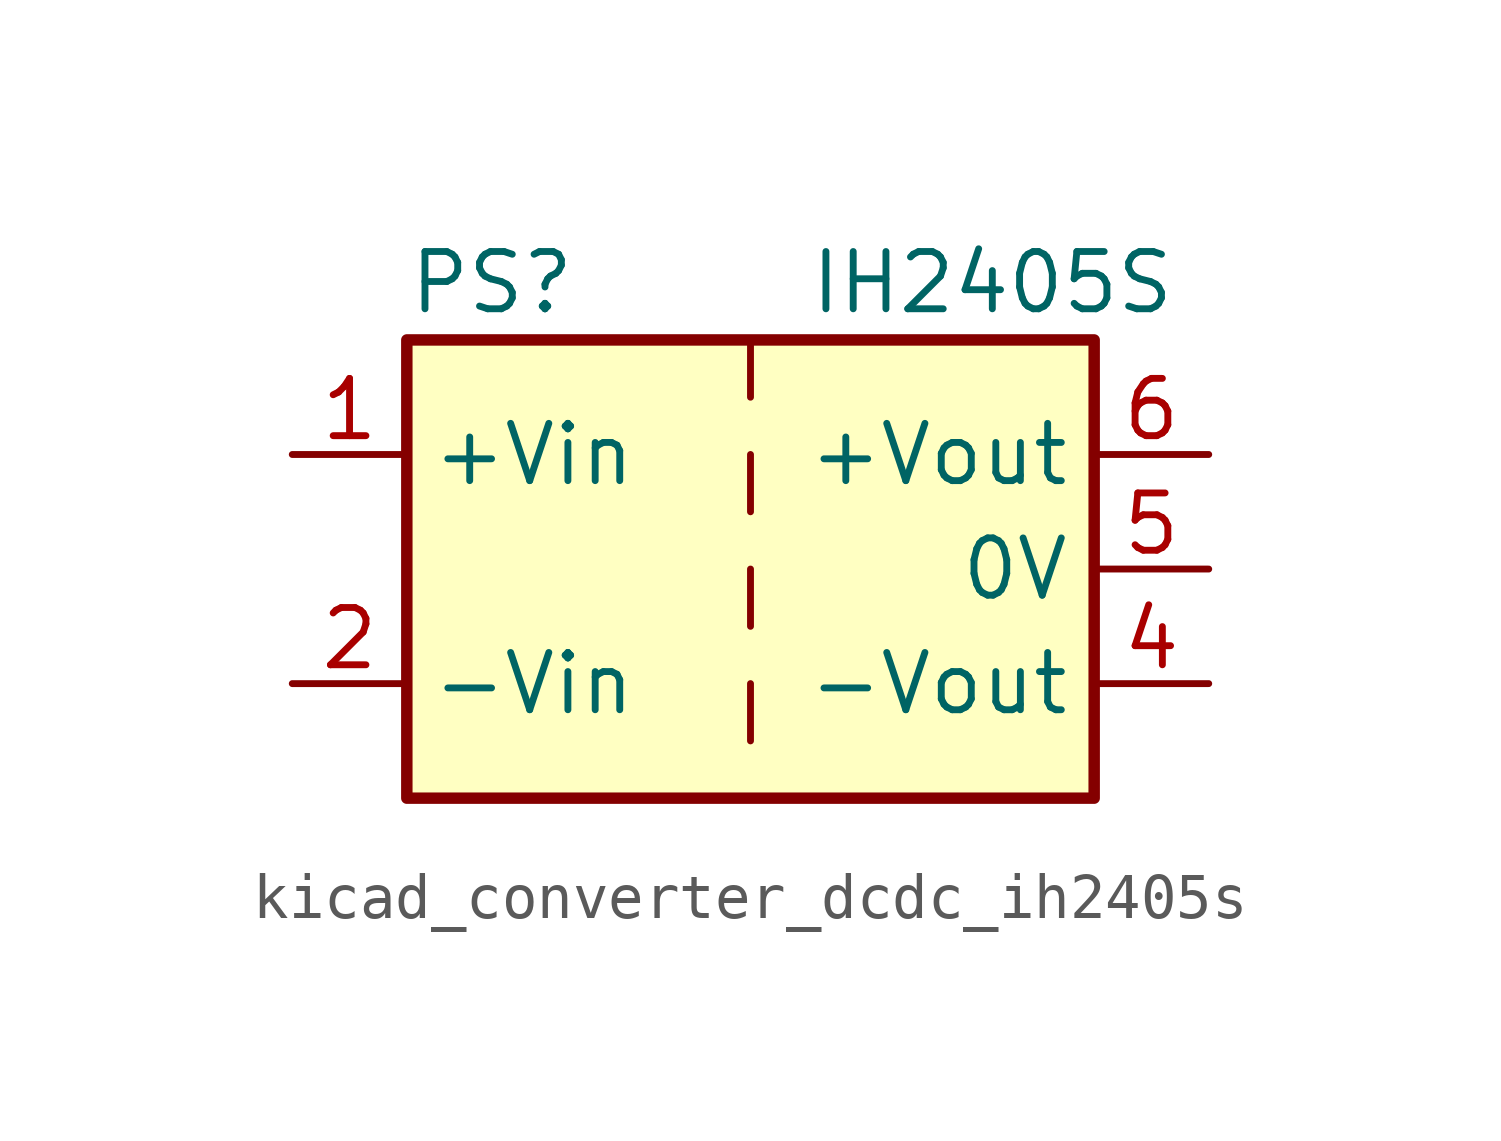
<source format=kicad_sym>
(kicad_symbol_lib
  (version 20220914)
  (generator kicad_symbol_editor)
  (symbol "kicad_converter_dcdc_ih2405s"
    (property "Reference" "PS"
      (at -7.62 6.35 0)
      (effects (font (size 1.27 1.27)) (justify left)))
    (property "Value" "IH2405S"
      (at 1.27 6.35 0)
      (effects (font (size 1.27 1.27)) (justify left)))
    (symbol "kicad_converter_dcdc_ih2405s_0_0"
      (pin power_in line (at -10.16 2.54 0) (length 2.54) (name "+Vin" (effects (font (size 1.27 1.27)))) (number "1" (effects (font (size 1.27 1.27)))))
      (pin power_in line (at -10.16 -2.54 0) (length 2.54) (name "-Vin" (effects (font (size 1.27 1.27)))) (number "2" (effects (font (size 1.27 1.27)))))
      (pin power_out line (at 10.16 -2.54 180) (length 2.54) (name "-Vout" (effects (font (size 1.27 1.27)))) (number "4" (effects (font (size 1.27 1.27)))))
      (pin power_out line (at 10.16 0 180) (length 2.54) (name "0V" (effects (font (size 1.27 1.27)))) (number "5" (effects (font (size 1.27 1.27)))))
      (pin power_out line (at 10.16 2.54 180) (length 2.54) (name "+Vout" (effects (font (size 1.27 1.27)))) (number "6" (effects (font (size 1.27 1.27))))))
    (symbol "kicad_converter_dcdc_ih2405s_0_1"
      (rectangle (start -7.62 5.08) (end 7.62 -5.08) (stroke (width 0.254) (type default)) (fill (type background)))
      (polyline (pts (xy 0 -2.54) (xy 0 -3.81)) (stroke (width 0) (type default)) (fill (type none)))
      (polyline (pts (xy 0 0) (xy 0 -1.27)) (stroke (width 0) (type default)) (fill (type none)))
      (polyline (pts (xy 0 2.54) (xy 0 1.27)) (stroke (width 0) (type default)) (fill (type none)))
      (polyline (pts (xy 0 5.08) (xy 0 3.81)) (stroke (width 0) (type default)) (fill (type none))))))
</source>
